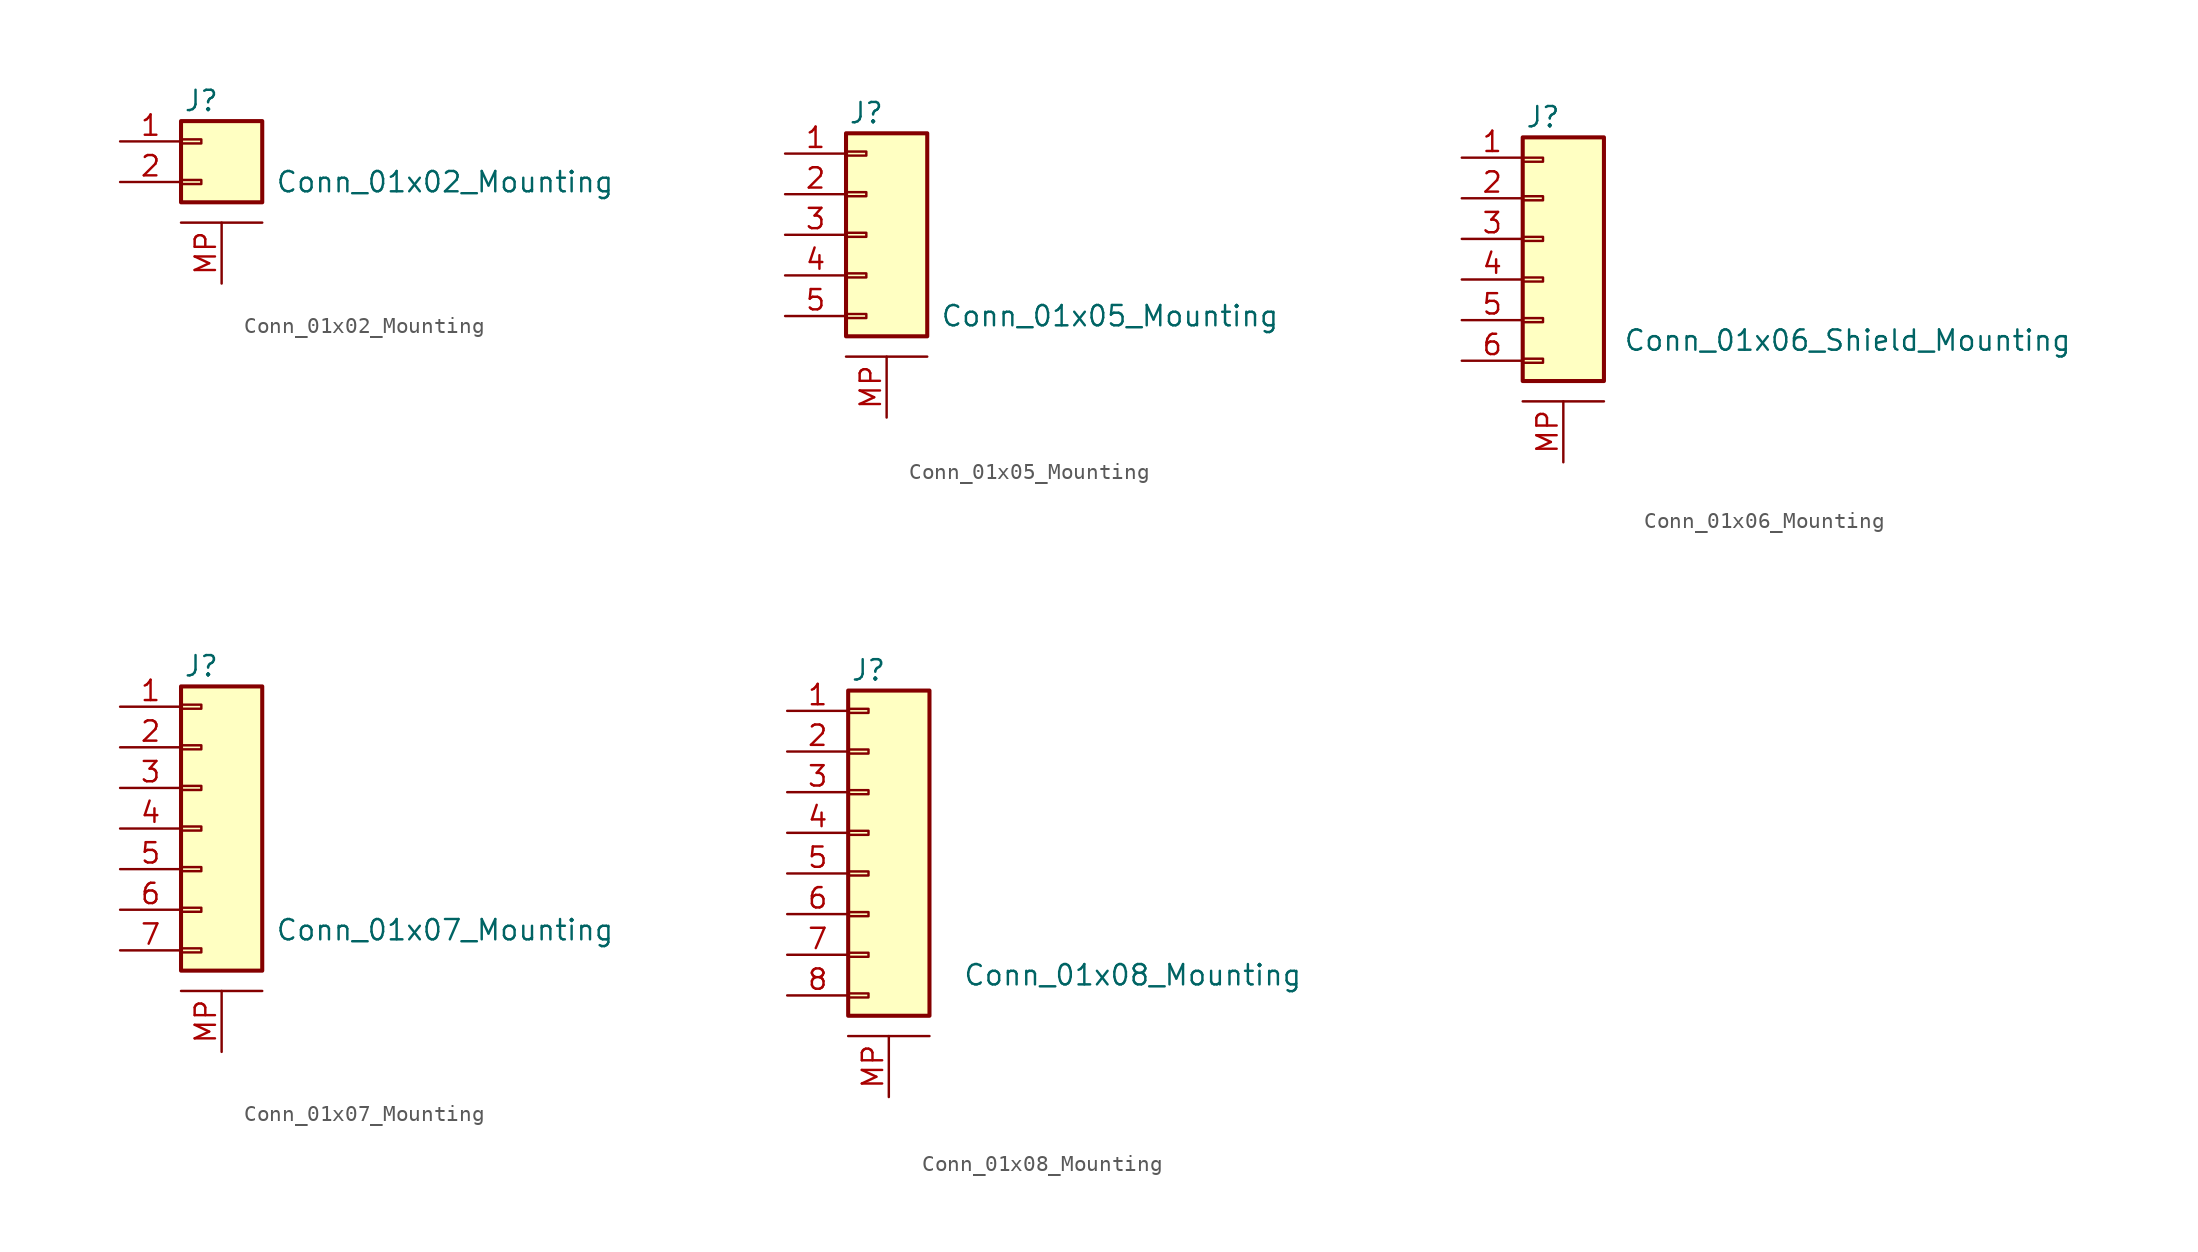
<source format=kicad_sym>
(kicad_symbol_lib
  (version 20220914)
  (generator kicad_symbol_editor)
  (symbol "Conn_01x02_Mounting"
    (pin_names
      (offset 1.016) hide)
    (property "Reference" "J"
      (at 0 2.54 0)
      (effects (font (size 1.27 1.27))))
    (property "Value" "Conn_01x02_Mounting"
      (at 15.24 -2.54 0)
      (effects (font (size 1.27 1.27))))
    (symbol "Conn_01x02_Mounting_0_1"
      (polyline (pts (xy -1.27 -5.08) (xy 3.81 -5.08)) (stroke (width 0) (type default)) (fill (type none))))
    (symbol "Conn_01x02_Mounting_1_1"
      (rectangle (start -1.27 -2.413) (end 0 -2.667) (stroke (width 0.152) (type default)) (fill (type none)))
      (rectangle (start -1.27 0.127) (end 0 -0.127) (stroke (width 0.152) (type default)) (fill (type none)))
      (rectangle (start -1.27 1.27) (end 3.81 -3.81) (stroke (width 0.254) (type default)) (fill (type background)))
      (pin passive line (at -5.08 0 0) (length 3.81) (name "Pin_1" (effects (font (size 1.27 1.27)))) (number "1" (effects (font (size 1.27 1.27)))))
      (pin passive line (at -5.08 -2.54 0) (length 3.81) (name "Pin_2" (effects (font (size 1.27 1.27)))) (number "2" (effects (font (size 1.27 1.27)))))
      (pin passive line (at 1.27 -8.89 90) (length 3.81) (name "MP" (effects (font (size 1.27 1.27)))) (number "MP" (effects (font (size 1.27 1.27)))))))
  (symbol "Conn_01x05_Mounting"
    (pin_names
      (offset 1.016) hide)
    (property "Reference" "J"
      (at 0 7.62 0)
      (effects (font (size 1.27 1.27))))
    (property "Value" "Conn_01x05_Mounting"
      (at 15.24 -5.08 0)
      (effects (font (size 1.27 1.27))))
    (symbol "Conn_01x05_Mounting_0_1"
      (polyline (pts (xy -1.27 -7.62) (xy 3.81 -7.62)) (stroke (width 0) (type default)) (fill (type none))))
    (symbol "Conn_01x05_Mounting_1_1"
      (rectangle (start -1.27 -4.953) (end 0 -5.207) (stroke (width 0.152) (type default)) (fill (type none)))
      (rectangle (start -1.27 -2.413) (end 0 -2.667) (stroke (width 0.152) (type default)) (fill (type none)))
      (rectangle (start -1.27 0.127) (end 0 -0.127) (stroke (width 0.152) (type default)) (fill (type none)))
      (rectangle (start -1.27 2.667) (end 0 2.413) (stroke (width 0.152) (type default)) (fill (type none)))
      (rectangle (start -1.27 5.207) (end 0 4.953) (stroke (width 0.152) (type default)) (fill (type none)))
      (rectangle (start -1.27 6.35) (end 3.81 -6.35) (stroke (width 0.254) (type default)) (fill (type background)))
      (pin passive line (at -5.08 5.08 0) (length 3.81) (name "Pin_1" (effects (font (size 1.27 1.27)))) (number "1" (effects (font (size 1.27 1.27)))))
      (pin passive line (at -5.08 2.54 0) (length 3.81) (name "Pin_2" (effects (font (size 1.27 1.27)))) (number "2" (effects (font (size 1.27 1.27)))))
      (pin passive line (at -5.08 0 0) (length 3.81) (name "Pin_3" (effects (font (size 1.27 1.27)))) (number "3" (effects (font (size 1.27 1.27)))))
      (pin passive line (at -5.08 -2.54 0) (length 3.81) (name "Pin_4" (effects (font (size 1.27 1.27)))) (number "4" (effects (font (size 1.27 1.27)))))
      (pin passive line (at -5.08 -5.08 0) (length 3.81) (name "Pin_5" (effects (font (size 1.27 1.27)))) (number "5" (effects (font (size 1.27 1.27)))))
      (pin passive line (at 1.27 -11.43 90) (length 3.81) (name "MP" (effects (font (size 1.27 1.27)))) (number "MP" (effects (font (size 1.27 1.27)))))))
  (symbol "Conn_01x06_Mounting"
    (pin_names
      (offset 1.016) hide)
    (property "Reference" "J"
      (at 0 7.62 0)
      (effects (font (size 1.27 1.27))))
    (property "Value" "Conn_01x06_Shield_Mounting"
      (at 19.05 -6.35 0)
      (effects (font (size 1.27 1.27))))
    (symbol "Conn_01x06_Mounting_0_1"
      (polyline (pts (xy -1.27 -10.16) (xy 3.81 -10.16)) (stroke (width 0) (type default)) (fill (type none))))
    (symbol "Conn_01x06_Mounting_1_1"
      (rectangle (start -1.27 -7.493) (end 0 -7.747) (stroke (width 0.152) (type default)) (fill (type none)))
      (rectangle (start -1.27 -4.953) (end 0 -5.207) (stroke (width 0.152) (type default)) (fill (type none)))
      (rectangle (start -1.27 -2.413) (end 0 -2.667) (stroke (width 0.152) (type default)) (fill (type none)))
      (rectangle (start -1.27 0.127) (end 0 -0.127) (stroke (width 0.152) (type default)) (fill (type none)))
      (rectangle (start -1.27 2.667) (end 0 2.413) (stroke (width 0.152) (type default)) (fill (type none)))
      (rectangle (start -1.27 5.08) (end 0 4.826) (stroke (width 0.152) (type default)) (fill (type none)))
      (rectangle (start -1.27 6.35) (end 3.81 -8.89) (stroke (width 0.254) (type default)) (fill (type background)))
      (pin passive line (at -5.08 5.08 0) (length 3.81) (name "Pin_1" (effects (font (size 1.27 1.27)))) (number "1" (effects (font (size 1.27 1.27)))))
      (pin passive line (at -5.08 2.54 0) (length 3.81) (name "Pin_2" (effects (font (size 1.27 1.27)))) (number "2" (effects (font (size 1.27 1.27)))))
      (pin passive line (at -5.08 0 0) (length 3.81) (name "Pin_3" (effects (font (size 1.27 1.27)))) (number "3" (effects (font (size 1.27 1.27)))))
      (pin passive line (at -5.08 -2.54 0) (length 3.81) (name "Pin_4" (effects (font (size 1.27 1.27)))) (number "4" (effects (font (size 1.27 1.27)))))
      (pin passive line (at -5.08 -5.08 0) (length 3.81) (name "Pin_5" (effects (font (size 1.27 1.27)))) (number "5" (effects (font (size 1.27 1.27)))))
      (pin passive line (at -5.08 -7.62 0) (length 3.81) (name "Pin_6" (effects (font (size 1.27 1.27)))) (number "6" (effects (font (size 1.27 1.27)))))
      (pin passive line (at 1.27 -13.97 90) (length 3.81) (name "MP" (effects (font (size 1.27 1.27)))) (number "MP" (effects (font (size 1.27 1.27)))))))
  (symbol "Conn_01x07_Mounting"
    (pin_names
      (offset 1.016) hide)
    (property "Reference" "J"
      (at 0 10.16 0)
      (effects (font (size 1.27 1.27))))
    (property "Value" "Conn_01x07_Mounting"
      (at 15.24 -6.35 0)
      (effects (font (size 1.27 1.27))))
    (symbol "Conn_01x07_Mounting_0_1"
      (polyline (pts (xy -1.27 -10.16) (xy 3.81 -10.16)) (stroke (width 0) (type default)) (fill (type none))))
    (symbol "Conn_01x07_Mounting_1_1"
      (rectangle (start -1.27 -7.493) (end 0 -7.747) (stroke (width 0.152) (type default)) (fill (type none)))
      (rectangle (start -1.27 -4.953) (end 0 -5.207) (stroke (width 0.152) (type default)) (fill (type none)))
      (rectangle (start -1.27 -2.413) (end 0 -2.667) (stroke (width 0.152) (type default)) (fill (type none)))
      (rectangle (start -1.27 0.127) (end 0 -0.127) (stroke (width 0.152) (type default)) (fill (type none)))
      (rectangle (start -1.27 2.667) (end 0 2.413) (stroke (width 0.152) (type default)) (fill (type none)))
      (rectangle (start -1.27 5.207) (end 0 4.953) (stroke (width 0.152) (type default)) (fill (type none)))
      (rectangle (start -1.27 7.747) (end 0 7.493) (stroke (width 0.152) (type default)) (fill (type none)))
      (rectangle (start -1.27 8.89) (end 3.81 -8.89) (stroke (width 0.254) (type default)) (fill (type background)))
      (pin passive line (at -5.08 7.62 0) (length 3.81) (name "Pin_1" (effects (font (size 1.27 1.27)))) (number "1" (effects (font (size 1.27 1.27)))))
      (pin passive line (at -5.08 5.08 0) (length 3.81) (name "Pin_2" (effects (font (size 1.27 1.27)))) (number "2" (effects (font (size 1.27 1.27)))))
      (pin passive line (at -5.08 2.54 0) (length 3.81) (name "Pin_3" (effects (font (size 1.27 1.27)))) (number "3" (effects (font (size 1.27 1.27)))))
      (pin passive line (at -5.08 0 0) (length 3.81) (name "Pin_4" (effects (font (size 1.27 1.27)))) (number "4" (effects (font (size 1.27 1.27)))))
      (pin passive line (at -5.08 -2.54 0) (length 3.81) (name "Pin_5" (effects (font (size 1.27 1.27)))) (number "5" (effects (font (size 1.27 1.27)))))
      (pin passive line (at -5.08 -5.08 0) (length 3.81) (name "Pin_6" (effects (font (size 1.27 1.27)))) (number "6" (effects (font (size 1.27 1.27)))))
      (pin passive line (at -5.08 -7.62 0) (length 3.81) (name "Pin_7" (effects (font (size 1.27 1.27)))) (number "7" (effects (font (size 1.27 1.27)))))
      (pin passive line (at 1.27 -13.97 90) (length 3.81) (name "MP" (effects (font (size 1.27 1.27)))) (number "MP" (effects (font (size 1.27 1.27)))))))
  (symbol "Conn_01x08_Mounting"
    (pin_names
      (offset 1.016) hide)
    (property "Reference" "J"
      (at 0 10.16 0)
      (effects (font (size 1.27 1.27))))
    (property "Value" "Conn_01x08_Mounting"
      (at 16.51 -8.89 0)
      (effects (font (size 1.27 1.27))))
    (symbol "Conn_01x08_Mounting_0_1"
      (polyline (pts (xy -1.27 -12.7) (xy 3.81 -12.7)) (stroke (width 0) (type default)) (fill (type none))))
    (symbol "Conn_01x08_Mounting_1_1"
      (rectangle (start -1.27 -10.033) (end 0 -10.287) (stroke (width 0.152) (type default)) (fill (type none)))
      (rectangle (start -1.27 -7.493) (end 0 -7.747) (stroke (width 0.152) (type default)) (fill (type none)))
      (rectangle (start -1.27 -4.953) (end 0 -5.207) (stroke (width 0.152) (type default)) (fill (type none)))
      (rectangle (start -1.27 -2.413) (end 0 -2.667) (stroke (width 0.152) (type default)) (fill (type none)))
      (rectangle (start -1.27 0.127) (end 0 -0.127) (stroke (width 0.152) (type default)) (fill (type none)))
      (rectangle (start -1.27 2.667) (end 0 2.413) (stroke (width 0.152) (type default)) (fill (type none)))
      (rectangle (start -1.27 5.207) (end 0 4.953) (stroke (width 0.152) (type default)) (fill (type none)))
      (rectangle (start -1.27 7.747) (end 0 7.493) (stroke (width 0.152) (type default)) (fill (type none)))
      (rectangle (start -1.27 8.89) (end 3.81 -11.43) (stroke (width 0.254) (type default)) (fill (type background)))
      (pin passive line (at -5.08 7.62 0) (length 3.81) (name "Pin_1" (effects (font (size 1.27 1.27)))) (number "1" (effects (font (size 1.27 1.27)))))
      (pin passive line (at -5.08 5.08 0) (length 3.81) (name "Pin_2" (effects (font (size 1.27 1.27)))) (number "2" (effects (font (size 1.27 1.27)))))
      (pin passive line (at -5.08 2.54 0) (length 3.81) (name "Pin_3" (effects (font (size 1.27 1.27)))) (number "3" (effects (font (size 1.27 1.27)))))
      (pin passive line (at -5.08 0 0) (length 3.81) (name "Pin_4" (effects (font (size 1.27 1.27)))) (number "4" (effects (font (size 1.27 1.27)))))
      (pin passive line (at -5.08 -2.54 0) (length 3.81) (name "Pin_5" (effects (font (size 1.27 1.27)))) (number "5" (effects (font (size 1.27 1.27)))))
      (pin passive line (at -5.08 -5.08 0) (length 3.81) (name "Pin_6" (effects (font (size 1.27 1.27)))) (number "6" (effects (font (size 1.27 1.27)))))
      (pin passive line (at -5.08 -7.62 0) (length 3.81) (name "Pin_7" (effects (font (size 1.27 1.27)))) (number "7" (effects (font (size 1.27 1.27)))))
      (pin passive line (at -5.08 -10.16 0) (length 3.81) (name "Pin_8" (effects (font (size 1.27 1.27)))) (number "8" (effects (font (size 1.27 1.27)))))
      (pin passive line (at 1.27 -16.51 90) (length 3.81) (name "MP" (effects (font (size 1.27 1.27)))) (number "MP" (effects (font (size 1.27 1.27))))))))
</source>
